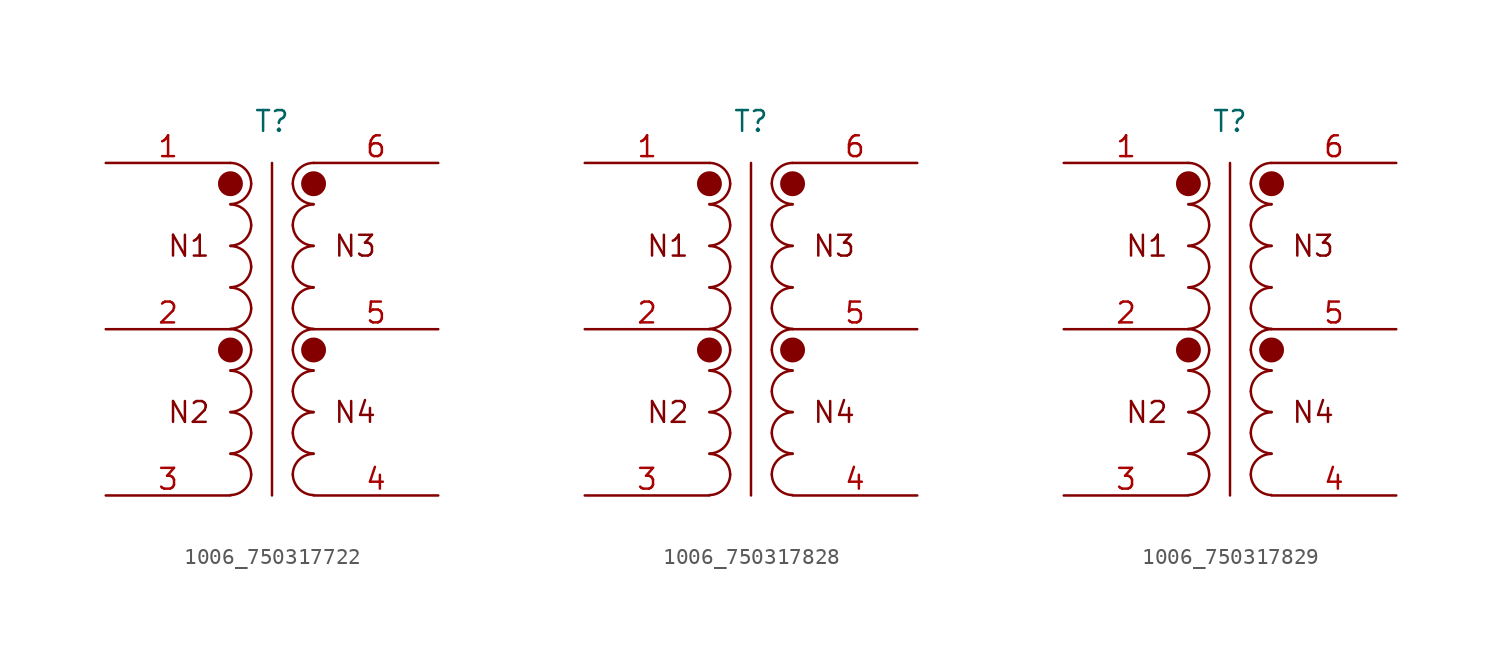
<source format=kicad_sym>
(kicad_symbol_lib
  (version 20220914)
  (generator kicad_symbol_editor)
  (symbol "1006_750317722"
    (pin_names hide)
    (property "Reference" "T"
      (at 0 12.7 0)
      (effects (font (size 1.27 1.27))))
    (property "Critical Parameter" ""
      (at 0 -5.08 0)
      (effects (font (size 1.27 1.27)) (justify left)))
    (symbol "1006_750317722_0_1"
      (arc (start -2.54 -10.1346) (mid -1.6561 -9.7663) (end -1.27 -8.89) (stroke (width 0) (type default)) (fill (type none)))
      (arc (start -2.54 -7.5946) (mid -1.6561 -7.2263) (end -1.27 -6.35) (stroke (width 0) (type default)) (fill (type none)))
      (arc (start -2.54 -5.0546) (mid -1.6561 -4.6863) (end -1.27 -3.81) (stroke (width 0) (type default)) (fill (type none)))
      (arc (start -2.54 -2.5146) (mid -1.6561 -2.1463) (end -1.27 -1.27) (stroke (width 0) (type default)) (fill (type none)))
      (arc (start -2.54 0.0254) (mid -1.6561 0.3937) (end -1.27 1.27) (stroke (width 0) (type default)) (fill (type none)))
      (arc (start -2.54 2.5654) (mid -1.6561 2.9337) (end -1.27 3.81) (stroke (width 0) (type default)) (fill (type none)))
      (arc (start -2.54 5.1054) (mid -1.6561 5.4737) (end -1.27 6.35) (stroke (width 0) (type default)) (fill (type none)))
      (arc (start -2.54 7.6454) (mid -1.6561 8.0137) (end -1.27 8.89) (stroke (width 0) (type default)) (fill (type none)))
      (arc (start -1.27 -8.89) (mid -1.642 -7.992) (end -2.54 -7.62) (stroke (width 0) (type default)) (fill (type none)))
      (arc (start -1.27 -6.35) (mid -1.642 -5.452) (end -2.54 -5.08) (stroke (width 0) (type default)) (fill (type none)))
      (arc (start -1.27 -3.81) (mid -1.642 -2.912) (end -2.54 -2.54) (stroke (width 0) (type default)) (fill (type none)))
      (arc (start -1.27 -1.27) (mid -1.642 -0.372) (end -2.54 0) (stroke (width 0) (type default)) (fill (type none)))
      (arc (start -1.27 1.27) (mid -1.642 2.168) (end -2.54 2.54) (stroke (width 0) (type default)) (fill (type none)))
      (arc (start -1.27 3.81) (mid -1.642 4.708) (end -2.54 5.08) (stroke (width 0) (type default)) (fill (type none)))
      (arc (start -1.27 6.35) (mid -1.642 7.248) (end -2.54 7.62) (stroke (width 0) (type default)) (fill (type none)))
      (arc (start -1.27 8.89) (mid -1.642 9.788) (end -2.54 10.16) (stroke (width 0) (type default)) (fill (type none)))
      (polyline (pts (xy 0 -10.16) (xy 0 10.16)) (stroke (width 0) (type default)) (fill (type none)))
      (arc (start 1.27 -8.89) (mid 1.6561 -9.7663) (end 2.54 -10.1346) (stroke (width 0) (type default)) (fill (type none)))
      (arc (start 1.27 -6.35) (mid 1.6561 -7.2263) (end 2.54 -7.5946) (stroke (width 0) (type default)) (fill (type none)))
      (arc (start 1.27 -3.81) (mid 1.6561 -4.6863) (end 2.54 -5.0546) (stroke (width 0) (type default)) (fill (type none)))
      (arc (start 1.27 -1.27) (mid 1.6561 -2.1463) (end 2.54 -2.5146) (stroke (width 0) (type default)) (fill (type none)))
      (arc (start 1.27 1.27) (mid 1.6561 0.3937) (end 2.54 0.0254) (stroke (width 0) (type default)) (fill (type none)))
      (arc (start 1.27 3.81) (mid 1.6561 2.9337) (end 2.54 2.5654) (stroke (width 0) (type default)) (fill (type none)))
      (arc (start 1.27 6.35) (mid 1.6561 5.4737) (end 2.54 5.1054) (stroke (width 0) (type default)) (fill (type none)))
      (arc (start 1.27 8.89) (mid 1.6561 8.0137) (end 2.54 7.6454) (stroke (width 0) (type default)) (fill (type none)))
      (arc (start 2.54 -7.62) (mid 1.642 -7.992) (end 1.27 -8.89) (stroke (width 0) (type default)) (fill (type none)))
      (arc (start 2.54 -5.08) (mid 1.642 -5.452) (end 1.27 -6.35) (stroke (width 0) (type default)) (fill (type none)))
      (arc (start 2.54 -2.54) (mid 1.642 -2.912) (end 1.27 -3.81) (stroke (width 0) (type default)) (fill (type none)))
      (arc (start 2.54 0) (mid 1.642 -0.372) (end 1.27 -1.27) (stroke (width 0) (type default)) (fill (type none)))
      (arc (start 2.54 2.54) (mid 1.642 2.168) (end 1.27 1.27) (stroke (width 0) (type default)) (fill (type none)))
      (arc (start 2.54 5.08) (mid 1.642 4.708) (end 1.27 3.81) (stroke (width 0) (type default)) (fill (type none)))
      (arc (start 2.54 7.62) (mid 1.642 7.248) (end 1.27 6.35) (stroke (width 0) (type default)) (fill (type none)))
      (arc (start 2.54 10.16) (mid 1.642 9.788) (end 1.27 8.89) (stroke (width 0) (type default)) (fill (type none))))
    (symbol "1006_750317722_1_1"
      (circle (center -2.54 -1.27) (radius 0.0001) (stroke (width 0.762) (type default)) (fill (type none)))
      (circle (center -2.54 8.89) (radius 0.0001) (stroke (width 0.762) (type default)) (fill (type none)))
      (circle (center 2.54 -1.27) (radius 0.0001) (stroke (width 0.762) (type default)) (fill (type none)))
      (circle (center 2.54 8.89) (radius 0.0001) (stroke (width 0.762) (type default)) (fill (type none)))
      (text "N1" (at -5.08 5.08 0) (effects (font (size 1.27 1.27))))
      (text "N2" (at -5.08 -5.08 0) (effects (font (size 1.27 1.27))))
      (text "N3" (at 5.08 5.08 0) (effects (font (size 1.27 1.27))))
      (text "N4" (at 5.08 -5.08 0) (effects (font (size 1.27 1.27))))
      (pin passive line (at -10.16 10.16 0) (length 7.62) (name "1" (effects (font (size 1.27 1.27)))) (number "1" (effects (font (size 1.27 1.27)))))
      (pin passive line (at -10.16 0 0) (length 7.62) (name "2" (effects (font (size 1.27 1.27)))) (number "2" (effects (font (size 1.27 1.27)))))
      (pin passive line (at -10.16 -10.16 0) (length 7.62) (name "3" (effects (font (size 1.27 1.27)))) (number "3" (effects (font (size 1.27 1.27)))))
      (pin passive line (at 10.16 -10.16 180) (length 7.62) (name "4" (effects (font (size 1.27 1.27)))) (number "4" (effects (font (size 1.27 1.27)))))
      (pin passive line (at 10.16 0 180) (length 7.62) (name "5" (effects (font (size 1.27 1.27)))) (number "5" (effects (font (size 1.27 1.27)))))
      (pin passive line (at 10.16 10.16 180) (length 7.62) (name "6" (effects (font (size 1.27 1.27)))) (number "6" (effects (font (size 1.27 1.27)))))))
  (symbol "1006_750317828"
    (pin_names hide)
    (property "Reference" "T"
      (at 0 12.7 0)
      (effects (font (size 1.27 1.27))))
    (property "Critical Parameter" ""
      (at 0 -5.08 0)
      (effects (font (size 1.27 1.27)) (justify left)))
    (symbol "1006_750317828_0_1"
      (arc (start -2.54 -10.1346) (mid -1.6561 -9.7663) (end -1.27 -8.89) (stroke (width 0) (type default)) (fill (type none)))
      (arc (start -2.54 -7.5946) (mid -1.6561 -7.2263) (end -1.27 -6.35) (stroke (width 0) (type default)) (fill (type none)))
      (arc (start -2.54 -5.0546) (mid -1.6561 -4.6863) (end -1.27 -3.81) (stroke (width 0) (type default)) (fill (type none)))
      (arc (start -2.54 -2.5146) (mid -1.6561 -2.1463) (end -1.27 -1.27) (stroke (width 0) (type default)) (fill (type none)))
      (arc (start -2.54 0.0254) (mid -1.6561 0.3937) (end -1.27 1.27) (stroke (width 0) (type default)) (fill (type none)))
      (arc (start -2.54 2.5654) (mid -1.6561 2.9337) (end -1.27 3.81) (stroke (width 0) (type default)) (fill (type none)))
      (arc (start -2.54 5.1054) (mid -1.6561 5.4737) (end -1.27 6.35) (stroke (width 0) (type default)) (fill (type none)))
      (arc (start -2.54 7.6454) (mid -1.6561 8.0137) (end -1.27 8.89) (stroke (width 0) (type default)) (fill (type none)))
      (arc (start -1.27 -8.89) (mid -1.642 -7.992) (end -2.54 -7.62) (stroke (width 0) (type default)) (fill (type none)))
      (arc (start -1.27 -6.35) (mid -1.642 -5.452) (end -2.54 -5.08) (stroke (width 0) (type default)) (fill (type none)))
      (arc (start -1.27 -3.81) (mid -1.642 -2.912) (end -2.54 -2.54) (stroke (width 0) (type default)) (fill (type none)))
      (arc (start -1.27 -1.27) (mid -1.642 -0.372) (end -2.54 0) (stroke (width 0) (type default)) (fill (type none)))
      (arc (start -1.27 1.27) (mid -1.642 2.168) (end -2.54 2.54) (stroke (width 0) (type default)) (fill (type none)))
      (arc (start -1.27 3.81) (mid -1.642 4.708) (end -2.54 5.08) (stroke (width 0) (type default)) (fill (type none)))
      (arc (start -1.27 6.35) (mid -1.642 7.248) (end -2.54 7.62) (stroke (width 0) (type default)) (fill (type none)))
      (arc (start -1.27 8.89) (mid -1.642 9.788) (end -2.54 10.16) (stroke (width 0) (type default)) (fill (type none)))
      (polyline (pts (xy 0 -10.16) (xy 0 10.16)) (stroke (width 0) (type default)) (fill (type none)))
      (arc (start 1.27 -8.89) (mid 1.6561 -9.7663) (end 2.54 -10.1346) (stroke (width 0) (type default)) (fill (type none)))
      (arc (start 1.27 -6.35) (mid 1.6561 -7.2263) (end 2.54 -7.5946) (stroke (width 0) (type default)) (fill (type none)))
      (arc (start 1.27 -3.81) (mid 1.6561 -4.6863) (end 2.54 -5.0546) (stroke (width 0) (type default)) (fill (type none)))
      (arc (start 1.27 -1.27) (mid 1.6561 -2.1463) (end 2.54 -2.5146) (stroke (width 0) (type default)) (fill (type none)))
      (arc (start 1.27 1.27) (mid 1.6561 0.3937) (end 2.54 0.0254) (stroke (width 0) (type default)) (fill (type none)))
      (arc (start 1.27 3.81) (mid 1.6561 2.9337) (end 2.54 2.5654) (stroke (width 0) (type default)) (fill (type none)))
      (arc (start 1.27 6.35) (mid 1.6561 5.4737) (end 2.54 5.1054) (stroke (width 0) (type default)) (fill (type none)))
      (arc (start 1.27 8.89) (mid 1.6561 8.0137) (end 2.54 7.6454) (stroke (width 0) (type default)) (fill (type none)))
      (arc (start 2.54 -7.62) (mid 1.642 -7.992) (end 1.27 -8.89) (stroke (width 0) (type default)) (fill (type none)))
      (arc (start 2.54 -5.08) (mid 1.642 -5.452) (end 1.27 -6.35) (stroke (width 0) (type default)) (fill (type none)))
      (arc (start 2.54 -2.54) (mid 1.642 -2.912) (end 1.27 -3.81) (stroke (width 0) (type default)) (fill (type none)))
      (arc (start 2.54 0) (mid 1.642 -0.372) (end 1.27 -1.27) (stroke (width 0) (type default)) (fill (type none)))
      (arc (start 2.54 2.54) (mid 1.642 2.168) (end 1.27 1.27) (stroke (width 0) (type default)) (fill (type none)))
      (arc (start 2.54 5.08) (mid 1.642 4.708) (end 1.27 3.81) (stroke (width 0) (type default)) (fill (type none)))
      (arc (start 2.54 7.62) (mid 1.642 7.248) (end 1.27 6.35) (stroke (width 0) (type default)) (fill (type none)))
      (arc (start 2.54 10.16) (mid 1.642 9.788) (end 1.27 8.89) (stroke (width 0) (type default)) (fill (type none))))
    (symbol "1006_750317828_1_1"
      (circle (center -2.54 -1.27) (radius 0.0001) (stroke (width 0.762) (type default)) (fill (type none)))
      (circle (center -2.54 8.89) (radius 0.0001) (stroke (width 0.762) (type default)) (fill (type none)))
      (circle (center 2.54 -1.27) (radius 0.0001) (stroke (width 0.762) (type default)) (fill (type none)))
      (circle (center 2.54 8.89) (radius 0.0001) (stroke (width 0.762) (type default)) (fill (type none)))
      (text "N1" (at -5.08 5.08 0) (effects (font (size 1.27 1.27))))
      (text "N2" (at -5.08 -5.08 0) (effects (font (size 1.27 1.27))))
      (text "N3" (at 5.08 5.08 0) (effects (font (size 1.27 1.27))))
      (text "N4" (at 5.08 -5.08 0) (effects (font (size 1.27 1.27))))
      (pin passive line (at -10.16 10.16 0) (length 7.62) (name "1" (effects (font (size 1.27 1.27)))) (number "1" (effects (font (size 1.27 1.27)))))
      (pin passive line (at -10.16 0 0) (length 7.62) (name "2" (effects (font (size 1.27 1.27)))) (number "2" (effects (font (size 1.27 1.27)))))
      (pin passive line (at -10.16 -10.16 0) (length 7.62) (name "3" (effects (font (size 1.27 1.27)))) (number "3" (effects (font (size 1.27 1.27)))))
      (pin passive line (at 10.16 -10.16 180) (length 7.62) (name "4" (effects (font (size 1.27 1.27)))) (number "4" (effects (font (size 1.27 1.27)))))
      (pin passive line (at 10.16 0 180) (length 7.62) (name "5" (effects (font (size 1.27 1.27)))) (number "5" (effects (font (size 1.27 1.27)))))
      (pin passive line (at 10.16 10.16 180) (length 7.62) (name "6" (effects (font (size 1.27 1.27)))) (number "6" (effects (font (size 1.27 1.27)))))))
  (symbol "1006_750317829"
    (pin_names hide)
    (property "Reference" "T"
      (at 0 12.7 0)
      (effects (font (size 1.27 1.27))))
    (property "Critical Parameter" ""
      (at 0 -5.08 0)
      (effects (font (size 1.27 1.27)) (justify left)))
    (symbol "1006_750317829_0_1"
      (arc (start -2.54 -10.1346) (mid -1.6561 -9.7663) (end -1.27 -8.89) (stroke (width 0) (type default)) (fill (type none)))
      (arc (start -2.54 -7.5946) (mid -1.6561 -7.2263) (end -1.27 -6.35) (stroke (width 0) (type default)) (fill (type none)))
      (arc (start -2.54 -5.0546) (mid -1.6561 -4.6863) (end -1.27 -3.81) (stroke (width 0) (type default)) (fill (type none)))
      (arc (start -2.54 -2.5146) (mid -1.6561 -2.1463) (end -1.27 -1.27) (stroke (width 0) (type default)) (fill (type none)))
      (arc (start -2.54 0.0254) (mid -1.6561 0.3937) (end -1.27 1.27) (stroke (width 0) (type default)) (fill (type none)))
      (arc (start -2.54 2.5654) (mid -1.6561 2.9337) (end -1.27 3.81) (stroke (width 0) (type default)) (fill (type none)))
      (arc (start -2.54 5.1054) (mid -1.6561 5.4737) (end -1.27 6.35) (stroke (width 0) (type default)) (fill (type none)))
      (arc (start -2.54 7.6454) (mid -1.6561 8.0137) (end -1.27 8.89) (stroke (width 0) (type default)) (fill (type none)))
      (arc (start -1.27 -8.89) (mid -1.642 -7.992) (end -2.54 -7.62) (stroke (width 0) (type default)) (fill (type none)))
      (arc (start -1.27 -6.35) (mid -1.642 -5.452) (end -2.54 -5.08) (stroke (width 0) (type default)) (fill (type none)))
      (arc (start -1.27 -3.81) (mid -1.642 -2.912) (end -2.54 -2.54) (stroke (width 0) (type default)) (fill (type none)))
      (arc (start -1.27 -1.27) (mid -1.642 -0.372) (end -2.54 0) (stroke (width 0) (type default)) (fill (type none)))
      (arc (start -1.27 1.27) (mid -1.642 2.168) (end -2.54 2.54) (stroke (width 0) (type default)) (fill (type none)))
      (arc (start -1.27 3.81) (mid -1.642 4.708) (end -2.54 5.08) (stroke (width 0) (type default)) (fill (type none)))
      (arc (start -1.27 6.35) (mid -1.642 7.248) (end -2.54 7.62) (stroke (width 0) (type default)) (fill (type none)))
      (arc (start -1.27 8.89) (mid -1.642 9.788) (end -2.54 10.16) (stroke (width 0) (type default)) (fill (type none)))
      (polyline (pts (xy 0 -10.16) (xy 0 10.16)) (stroke (width 0) (type default)) (fill (type none)))
      (arc (start 1.27 -8.89) (mid 1.6561 -9.7663) (end 2.54 -10.1346) (stroke (width 0) (type default)) (fill (type none)))
      (arc (start 1.27 -6.35) (mid 1.6561 -7.2263) (end 2.54 -7.5946) (stroke (width 0) (type default)) (fill (type none)))
      (arc (start 1.27 -3.81) (mid 1.6561 -4.6863) (end 2.54 -5.0546) (stroke (width 0) (type default)) (fill (type none)))
      (arc (start 1.27 -1.27) (mid 1.6561 -2.1463) (end 2.54 -2.5146) (stroke (width 0) (type default)) (fill (type none)))
      (arc (start 1.27 1.27) (mid 1.6561 0.3937) (end 2.54 0.0254) (stroke (width 0) (type default)) (fill (type none)))
      (arc (start 1.27 3.81) (mid 1.6561 2.9337) (end 2.54 2.5654) (stroke (width 0) (type default)) (fill (type none)))
      (arc (start 1.27 6.35) (mid 1.6561 5.4737) (end 2.54 5.1054) (stroke (width 0) (type default)) (fill (type none)))
      (arc (start 1.27 8.89) (mid 1.6561 8.0137) (end 2.54 7.6454) (stroke (width 0) (type default)) (fill (type none)))
      (arc (start 2.54 -7.62) (mid 1.642 -7.992) (end 1.27 -8.89) (stroke (width 0) (type default)) (fill (type none)))
      (arc (start 2.54 -5.08) (mid 1.642 -5.452) (end 1.27 -6.35) (stroke (width 0) (type default)) (fill (type none)))
      (arc (start 2.54 -2.54) (mid 1.642 -2.912) (end 1.27 -3.81) (stroke (width 0) (type default)) (fill (type none)))
      (arc (start 2.54 0) (mid 1.642 -0.372) (end 1.27 -1.27) (stroke (width 0) (type default)) (fill (type none)))
      (arc (start 2.54 2.54) (mid 1.642 2.168) (end 1.27 1.27) (stroke (width 0) (type default)) (fill (type none)))
      (arc (start 2.54 5.08) (mid 1.642 4.708) (end 1.27 3.81) (stroke (width 0) (type default)) (fill (type none)))
      (arc (start 2.54 7.62) (mid 1.642 7.248) (end 1.27 6.35) (stroke (width 0) (type default)) (fill (type none)))
      (arc (start 2.54 10.16) (mid 1.642 9.788) (end 1.27 8.89) (stroke (width 0) (type default)) (fill (type none))))
    (symbol "1006_750317829_1_1"
      (circle (center -2.54 -1.27) (radius 0.0001) (stroke (width 0.762) (type default)) (fill (type none)))
      (circle (center -2.54 8.89) (radius 0.0001) (stroke (width 0.762) (type default)) (fill (type none)))
      (circle (center 2.54 -1.27) (radius 0.0001) (stroke (width 0.762) (type default)) (fill (type none)))
      (circle (center 2.54 8.89) (radius 0.0001) (stroke (width 0.762) (type default)) (fill (type none)))
      (text "N1" (at -5.08 5.08 0) (effects (font (size 1.27 1.27))))
      (text "N2" (at -5.08 -5.08 0) (effects (font (size 1.27 1.27))))
      (text "N3" (at 5.08 5.08 0) (effects (font (size 1.27 1.27))))
      (text "N4" (at 5.08 -5.08 0) (effects (font (size 1.27 1.27))))
      (pin passive line (at -10.16 10.16 0) (length 7.62) (name "1" (effects (font (size 1.27 1.27)))) (number "1" (effects (font (size 1.27 1.27)))))
      (pin passive line (at -10.16 0 0) (length 7.62) (name "2" (effects (font (size 1.27 1.27)))) (number "2" (effects (font (size 1.27 1.27)))))
      (pin passive line (at -10.16 -10.16 0) (length 7.62) (name "3" (effects (font (size 1.27 1.27)))) (number "3" (effects (font (size 1.27 1.27)))))
      (pin passive line (at 10.16 -10.16 180) (length 7.62) (name "4" (effects (font (size 1.27 1.27)))) (number "4" (effects (font (size 1.27 1.27)))))
      (pin passive line (at 10.16 0 180) (length 7.62) (name "5" (effects (font (size 1.27 1.27)))) (number "5" (effects (font (size 1.27 1.27)))))
      (pin passive line (at 10.16 10.16 180) (length 7.62) (name "6" (effects (font (size 1.27 1.27)))) (number "6" (effects (font (size 1.27 1.27))))))))
</source>
